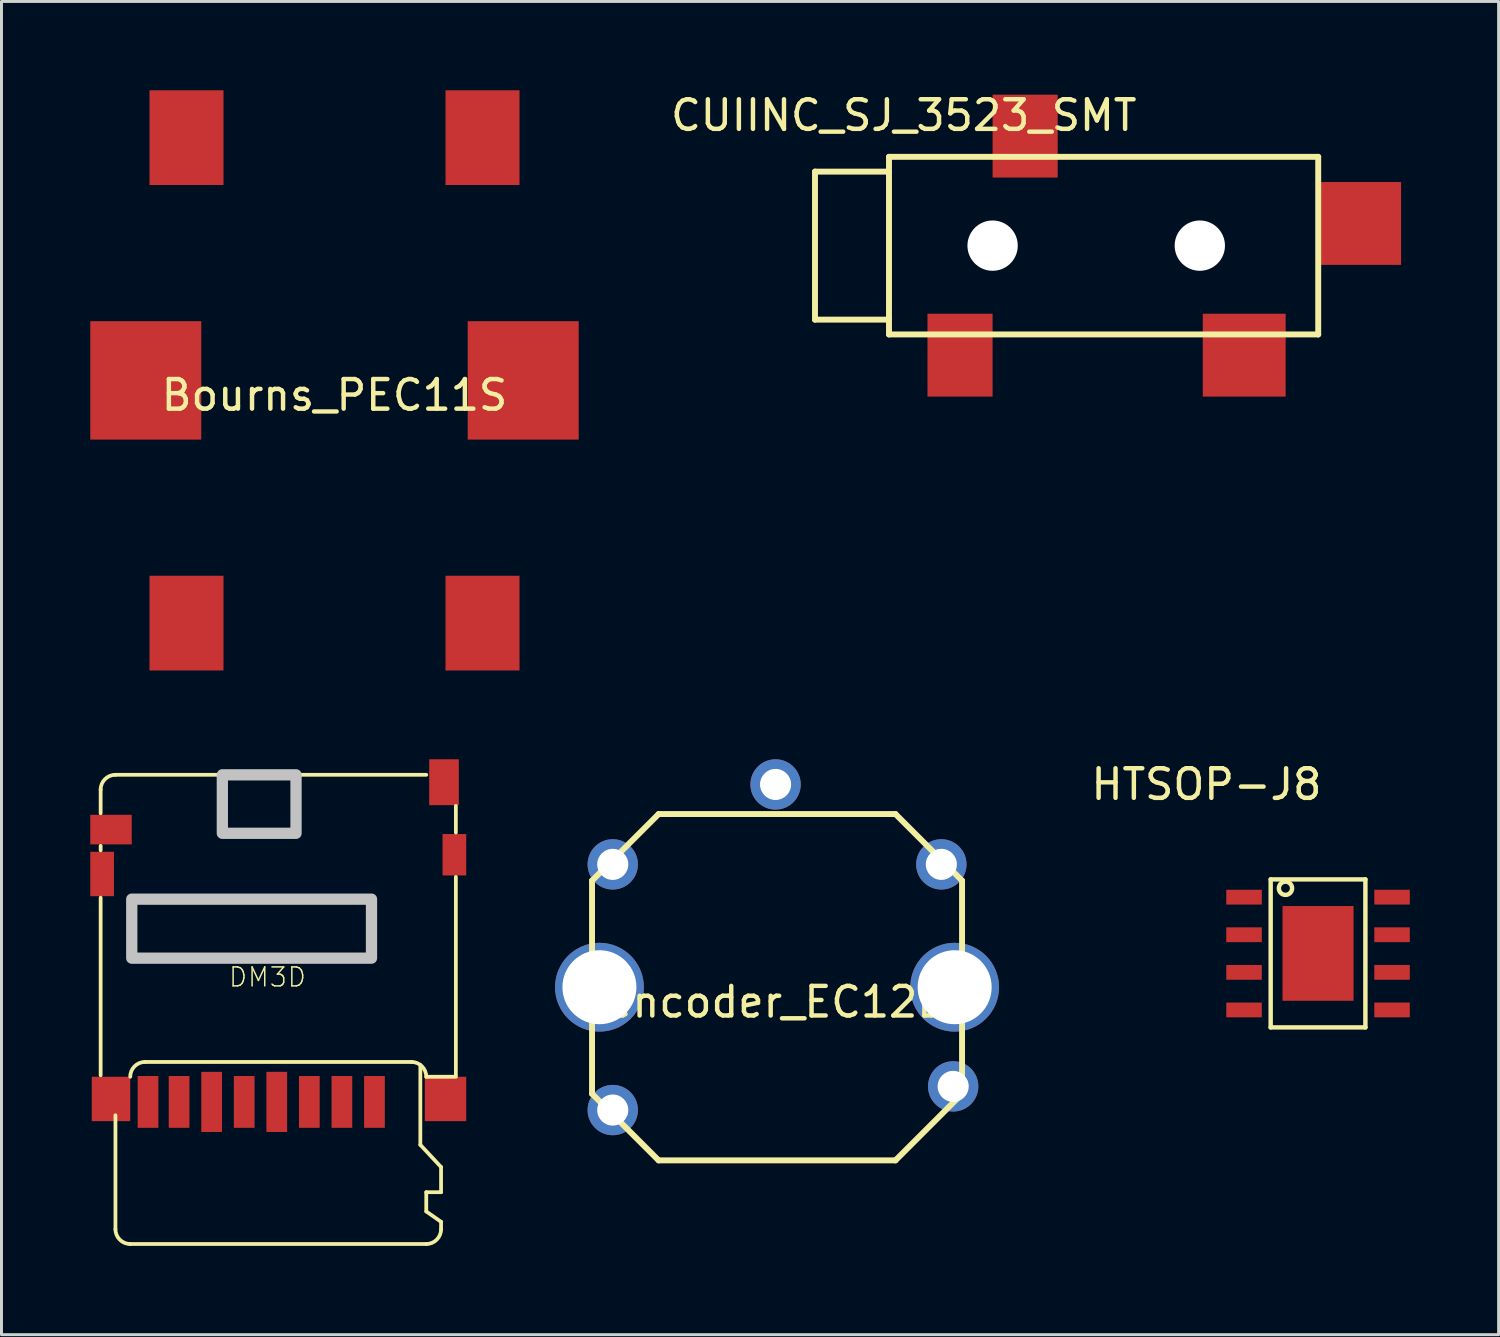
<source format=kicad_pcb>
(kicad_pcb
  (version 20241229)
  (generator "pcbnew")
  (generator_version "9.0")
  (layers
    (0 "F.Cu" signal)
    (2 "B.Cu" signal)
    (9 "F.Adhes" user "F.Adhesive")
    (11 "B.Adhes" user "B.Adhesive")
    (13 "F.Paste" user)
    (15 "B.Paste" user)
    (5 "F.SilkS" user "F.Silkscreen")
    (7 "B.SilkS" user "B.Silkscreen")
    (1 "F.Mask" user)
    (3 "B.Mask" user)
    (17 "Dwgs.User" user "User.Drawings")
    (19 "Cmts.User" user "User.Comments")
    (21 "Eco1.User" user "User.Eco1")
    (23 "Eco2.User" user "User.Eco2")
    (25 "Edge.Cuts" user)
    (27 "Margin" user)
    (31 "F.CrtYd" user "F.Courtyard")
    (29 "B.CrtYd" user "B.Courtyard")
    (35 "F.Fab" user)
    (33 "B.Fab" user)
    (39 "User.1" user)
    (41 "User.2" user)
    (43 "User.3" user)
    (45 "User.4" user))
  (footprint "CUIINC_SJ_3523_SMT"
    (layer "F.Cu")
    (at 30.482 5.248)
    (property "Reference" "CUIINC_SJ_3523_SMT" (at -3 -4.4 0) (layer "F.SilkS") (effects (font (size 1 1) (thickness 0.15))))
    (attr through_hole)
    (fp_line (start -6 -2.5) (end -6 2.5) (stroke (width 0.2) (type solid)) (layer "F.SilkS"))
    (fp_line (start -6 2.5) (end -3.5 2.5) (stroke (width 0.2) (type solid)) (layer "F.SilkS"))
    (fp_line (start -3.5 -3) (end 11 -3) (stroke (width 0.2) (type solid)) (layer "F.SilkS"))
    (fp_line (start -3.5 -2.5) (end -6 -2.5) (stroke (width 0.2) (type solid)) (layer "F.SilkS"))
    (fp_line (start -3.5 3) (end -3.5 -3) (stroke (width 0.2) (type solid)) (layer "F.SilkS"))
    (fp_line (start 11 -3) (end 11 3) (stroke (width 0.2) (type solid)) (layer "F.SilkS"))
    (fp_line (start 11 3) (end -3.5 3) (stroke (width 0.2) (type solid)) (layer "F.SilkS"))
    (pad "" np_thru_hole circle (at 0 0 90) (size 1.7 1.7) (drill 1.7) (layers "*.Cu" "*.Mask"))
    (pad "" np_thru_hole circle (at 7 0 90) (size 1.7 1.7) (drill 1.7) (layers "*.Cu" "*.Mask"))
    (pad "1" smd rect (at 1.1 -3.7 90) (size 2.8 2.2) (layers "F.Cu" "F.Mask" "F.Paste"))
    (pad "2" smd rect (at -1.1 3.7 90) (size 2.8 2.2) (layers "F.Cu" "F.Mask" "F.Paste"))
    (pad "3" smd rect (at 8.5 3.7 90) (size 2.8 2.8) (layers "F.Cu" "F.Mask" "F.Paste"))
    (pad "4" smd rect (at 12.4 -0.75 90) (size 2.8 2.8) (layers "F.Cu" "F.Mask" "F.Paste")))
  (footprint "DM3D"
    (layer "F.Cu")
    (at 0.35 34.625)
    (property "Reference" "DM3D" (at 5.635 -4.664 0) (layer "F.SilkS") (effects (font (size 0.641 0.641) (thickness 0.05))))
    (attr smd)
    (fp_line (start 0 -10.2) (end 0 -11) (stroke (width 0.127) (type solid)) (layer "F.SilkS"))
    (fp_line (start 0 -9.1) (end 0 -8.95) (stroke (width 0.127) (type solid)) (layer "F.SilkS"))
    (fp_line (start 0 -1.35) (end 0 -7.35) (stroke (width 0.127) (type solid)) (layer "F.SilkS"))
    (fp_line (start 0.5 -11.5) (end 11 -11.5) (stroke (width 0.127) (type solid)) (layer "F.SilkS"))
    (fp_line (start 0.5 0) (end 0.5 3.85) (stroke (width 0.127) (type solid)) (layer "F.SilkS"))
    (fp_line (start 1 4.35) (end 11 4.35) (stroke (width 0.127) (type solid)) (layer "F.SilkS"))
    (fp_line (start 1.5 -1.8) (end 10.5 -1.8) (stroke (width 0.127) (type solid)) (layer "F.SilkS"))
    (fp_line (start 10.8 1) (end 10.8 -1.7) (stroke (width 0.127) (type solid)) (layer "F.SilkS"))
    (fp_line (start 11 -1.3) (end 12 -1.3) (stroke (width 0.127) (type solid)) (layer "F.SilkS"))
    (fp_line (start 11 2.6) (end 11.5 2.6) (stroke (width 0.127) (type solid)) (layer "F.SilkS"))
    (fp_line (start 11 3.25) (end 11 2.6) (stroke (width 0.127) (type solid)) (layer "F.SilkS"))
    (fp_line (start 11.5 1.75) (end 10.8 1) (stroke (width 0.127) (type solid)) (layer "F.SilkS"))
    (fp_line (start 11.5 2.6) (end 11.5 1.75) (stroke (width 0.127) (type solid)) (layer "F.SilkS"))
    (fp_line (start 11.5 3.6) (end 11 3.25) (stroke (width 0.127) (type solid)) (layer "F.SilkS"))
    (fp_line (start 11.5 3.85) (end 11.5 3.6) (stroke (width 0.127) (type solid)) (layer "F.SilkS"))
    (fp_line (start 12 -9.55) (end 12 -10.45) (stroke (width 0.127) (type solid)) (layer "F.SilkS"))
    (fp_line (start 12 -1.35) (end 12 -8.05) (stroke (width 0.127) (type solid)) (layer "F.SilkS"))
    (fp_arc (start 0 -11) (mid 0.146447 -11.353553) (end 0.5 -11.5) (stroke (width 0.127) (type solid)) (layer "F.SilkS"))
    (fp_arc (start 1 -1.3) (mid 1.146447 -1.653553) (end 1.5 -1.8) (stroke (width 0.127) (type solid)) (layer "F.SilkS"))
    (fp_arc (start 1 4.35) (mid 0.646447 4.203553) (end 0.5 3.85) (stroke (width 0.127) (type solid)) (layer "F.SilkS"))
    (fp_arc (start 10.5 -1.8) (mid 10.853553 -1.653553) (end 11 -1.3) (stroke (width 0.127) (type solid)) (layer "F.SilkS"))
    (fp_arc (start 11.5 3.85) (mid 11.353553 4.203553) (end 11 4.35) (stroke (width 0.127) (type solid)) (layer "F.SilkS"))
    (fp_poly (pts (xy 1.051 -7.3) (xy 9.15 -7.3) (xy 9.15 -5.307) (xy 1.051 -5.307)) (stroke (width 0.381) (type solid)) (fill no) (layer "Dwgs.User"))
    (fp_poly (pts (xy 4.111 -11.5) (xy 6.6 -11.5) (xy 6.6 -9.525) (xy 4.111 -9.525)) (stroke (width 0.381) (type solid)) (fill no) (layer "Dwgs.User"))
    (pad "1" smd rect (at 9.25 -0.45 180) (size 0.7 1.75) (layers "F.Cu" "F.Mask" "F.Paste"))
    (pad "2" smd rect (at 8.15 -0.45 180) (size 0.7 1.75) (layers "F.Cu" "F.Mask" "F.Paste"))
    (pad "3" smd rect (at 7.05 -0.45 180) (size 0.7 1.75) (layers "F.Cu" "F.Mask" "F.Paste"))
    (pad "4" smd rect (at 5.95 -0.45 180) (size 0.7 2.032) (layers "F.Cu" "F.Mask" "F.Paste"))
    (pad "5" smd rect (at 4.85 -0.45 180) (size 0.7 1.75) (layers "F.Cu" "F.Mask" "F.Paste"))
    (pad "6" smd rect (at 3.75 -0.45 180) (size 0.7 2.032) (layers "F.Cu" "F.Mask" "F.Paste"))
    (pad "7" smd rect (at 2.65 -0.45 180) (size 0.7 1.75) (layers "F.Cu" "F.Mask" "F.Paste"))
    (pad "8" smd rect (at 1.6 -0.45 180) (size 0.7 1.75) (layers "F.Cu" "F.Mask" "F.Paste"))
    (pad "9" smd rect (at 0.35 -9.65 270) (size 1 1.4) (layers "F.Cu" "F.Mask" "F.Paste"))
    (pad "10" smd rect (at 11.6 -11.25) (size 1 1.55) (layers "F.Cu" "F.Mask" "F.Paste"))
    (pad "11" smd rect (at 0.05 -8.15) (size 0.8 1.5) (layers "F.Cu" "F.Mask" "F.Paste"))
    (pad "11" smd rect (at 0.35 -0.55 90) (size 1.5 1.3) (layers "F.Cu" "F.Mask" "F.Paste"))
    (pad "11" smd rect (at 11.65 -0.55 90) (size 1.5 1.4) (layers "F.Cu" "F.Mask" "F.Paste"))
    (pad "11" smd rect (at 11.95 -8.8) (size 0.8 1.4) (layers "F.Cu" "F.Mask" "F.Paste")))
  (footprint "Bourns_PEC11S"
    (layer "F.Cu")
    (at 8.25 9.8)
    (property "Reference" "Bourns_PEC11S" (at 0 0.5 0) (layer "F.SilkS") (effects (font (size 1 1) (thickness 0.15))))
    (attr through_hole)
    (pad "1" smd rect (at -5 -8.2) (size 2.5 3.2) (layers "F.Cu" "F.Mask" "F.Paste"))
    (pad "2" smd rect (at -6.375 0) (size 3.75 4) (layers "F.Cu" "F.Mask" "F.Paste"))
    (pad "12" smd rect (at -5 8.2) (size 2.5 3.2) (layers "F.Cu" "F.Mask" "F.Paste"))
    (pad "21" smd rect (at 5 -8.2) (size 2.5 3.2) (layers "F.Cu" "F.Mask" "F.Paste"))
    (pad "21" smd rect (at 6.375 0) (size 3.75 4) (layers "F.Cu" "F.Mask" "F.Paste"))
    (pad "22" smd rect (at 5 8.2) (size 2.5 3.2) (layers "F.Cu" "F.Mask" "F.Paste")))
  (footprint "HTSOP-J8"
    (layer "F.Cu")
    (at 38.976 27.258)
    (property "Reference" "HTSOP-J8" (at -1.27 -3.81 0) (layer "F.SilkS") (effects (font (size 1 1) (thickness 0.15))))
    (attr through_hole)
    (fp_line (start 0.9 -0.6) (end 4.1 -0.6) (stroke (width 0.15) (type solid)) (layer "F.SilkS"))
    (fp_line (start 0.9 4.4) (end 0.9 -0.6) (stroke (width 0.15) (type solid)) (layer "F.SilkS"))
    (fp_line (start 4.1 -0.6) (end 4.1 4.4) (stroke (width 0.15) (type solid)) (layer "F.SilkS"))
    (fp_line (start 4.1 4.4) (end 0.9 4.4) (stroke (width 0.15) (type solid)) (layer "F.SilkS"))
    (fp_circle (center 1.4 -0.3) (end 1.5 -0.1) (stroke (width 0.15) (type solid)) (fill no) (layer "F.SilkS"))
    (pad "1" smd rect (at 0 0) (size 1.2 0.5) (layers "F.Cu" "F.Mask" "F.Paste"))
    (pad "2" smd rect (at 0 1.27) (size 1.2 0.5) (layers "F.Cu" "F.Mask" "F.Paste"))
    (pad "3" smd rect (at 0 2.54) (size 1.2 0.5) (layers "F.Cu" "F.Mask" "F.Paste"))
    (pad "4" smd rect (at 0 3.81) (size 1.2 0.5) (layers "F.Cu" "F.Mask" "F.Paste"))
    (pad "5" smd rect (at 5 3.81) (size 1.2 0.5) (layers "F.Cu" "F.Mask" "F.Paste"))
    (pad "6" smd rect (at 5 2.54) (size 1.2 0.5) (layers "F.Cu" "F.Mask" "F.Paste"))
    (pad "7" smd rect (at 5 1.27) (size 1.2 0.5) (layers "F.Cu" "F.Mask" "F.Paste"))
    (pad "8" smd rect (at 5 0) (size 1.2 0.5) (layers "F.Cu" "F.Mask" "F.Paste"))
    (pad "9" smd rect (at 2.5 1.9) (size 2.4 3.2) (layers "F.Cu" "F.Mask" "F.Paste")))
  (footprint "encoder_EC12D"
    (layer "F.Cu")
    (at 23.2 30.3)
    (property "Reference" "encoder_EC12D" (at 0 0.5 0) (layer "F.SilkS") (effects (font (size 1 1) (thickness 0.15))))
    (attr through_hole)
    (fp_line (start -6.25 3.6) (end -6.25 -3.6) (stroke (width 0.2) (type solid)) (layer "F.SilkS"))
    (fp_line (start -4 -5.85) (end -6.25 -3.6) (stroke (width 0.2) (type solid)) (layer "F.SilkS"))
    (fp_line (start -4 -5.85) (end 4 -5.85) (stroke (width 0.2) (type solid)) (layer "F.SilkS"))
    (fp_line (start -4 5.85) (end -6.25 3.6) (stroke (width 0.2) (type solid)) (layer "F.SilkS"))
    (fp_line (start 4 5.85) (end -4 5.85) (stroke (width 0.2) (type solid)) (layer "F.SilkS"))
    (fp_line (start 4 5.85) (end 6.25 3.6) (stroke (width 0.2) (type solid)) (layer "F.SilkS"))
    (fp_line (start 6.25 -3.6) (end 4 -5.85) (stroke (width 0.2) (type solid)) (layer "F.SilkS"))
    (fp_line (start 6.25 -3.6) (end 6.25 3.6) (stroke (width 0.2) (type solid)) (layer "F.SilkS"))
    (pad "1" thru_hole circle (at -5.55 -4.15) (size 1.7 1.7) (drill 1.05) (layers "*.Cu" "*.Mask"))
    (pad "2" thru_hole circle (at 5.55 -4.15) (size 1.7 1.7) (drill 1.05) (layers "*.Cu" "*.Mask"))
    (pad "3" thru_hole circle (at -5.55 4.15) (size 1.7 1.7) (drill 1.05) (layers "*.Cu" "*.Mask"))
    (pad "4" thru_hole circle (at 5.95 3.35) (size 1.7 1.7) (drill 1.05) (layers "*.Cu" "*.Mask"))
    (pad "5" thru_hole circle (at -0.05 -6.85) (size 1.7 1.7) (drill 1.05) (layers "*.Cu" "*.Mask"))
    (pad "6" thru_hole circle (at -6 0) (size 3 3) (drill 2.5) (layers "*.Cu" "*.Mask"))
    (pad "6" thru_hole circle (at 6 0) (size 3 3) (drill 2.5) (layers "*.Cu" "*.Mask")))
  (gr_rect
    (start -3 -3)
    (end 47.576 42.038)
    (stroke (width 0.1) (type default))
    (fill no)
    (layer "Edge.Cuts")))
</source>
